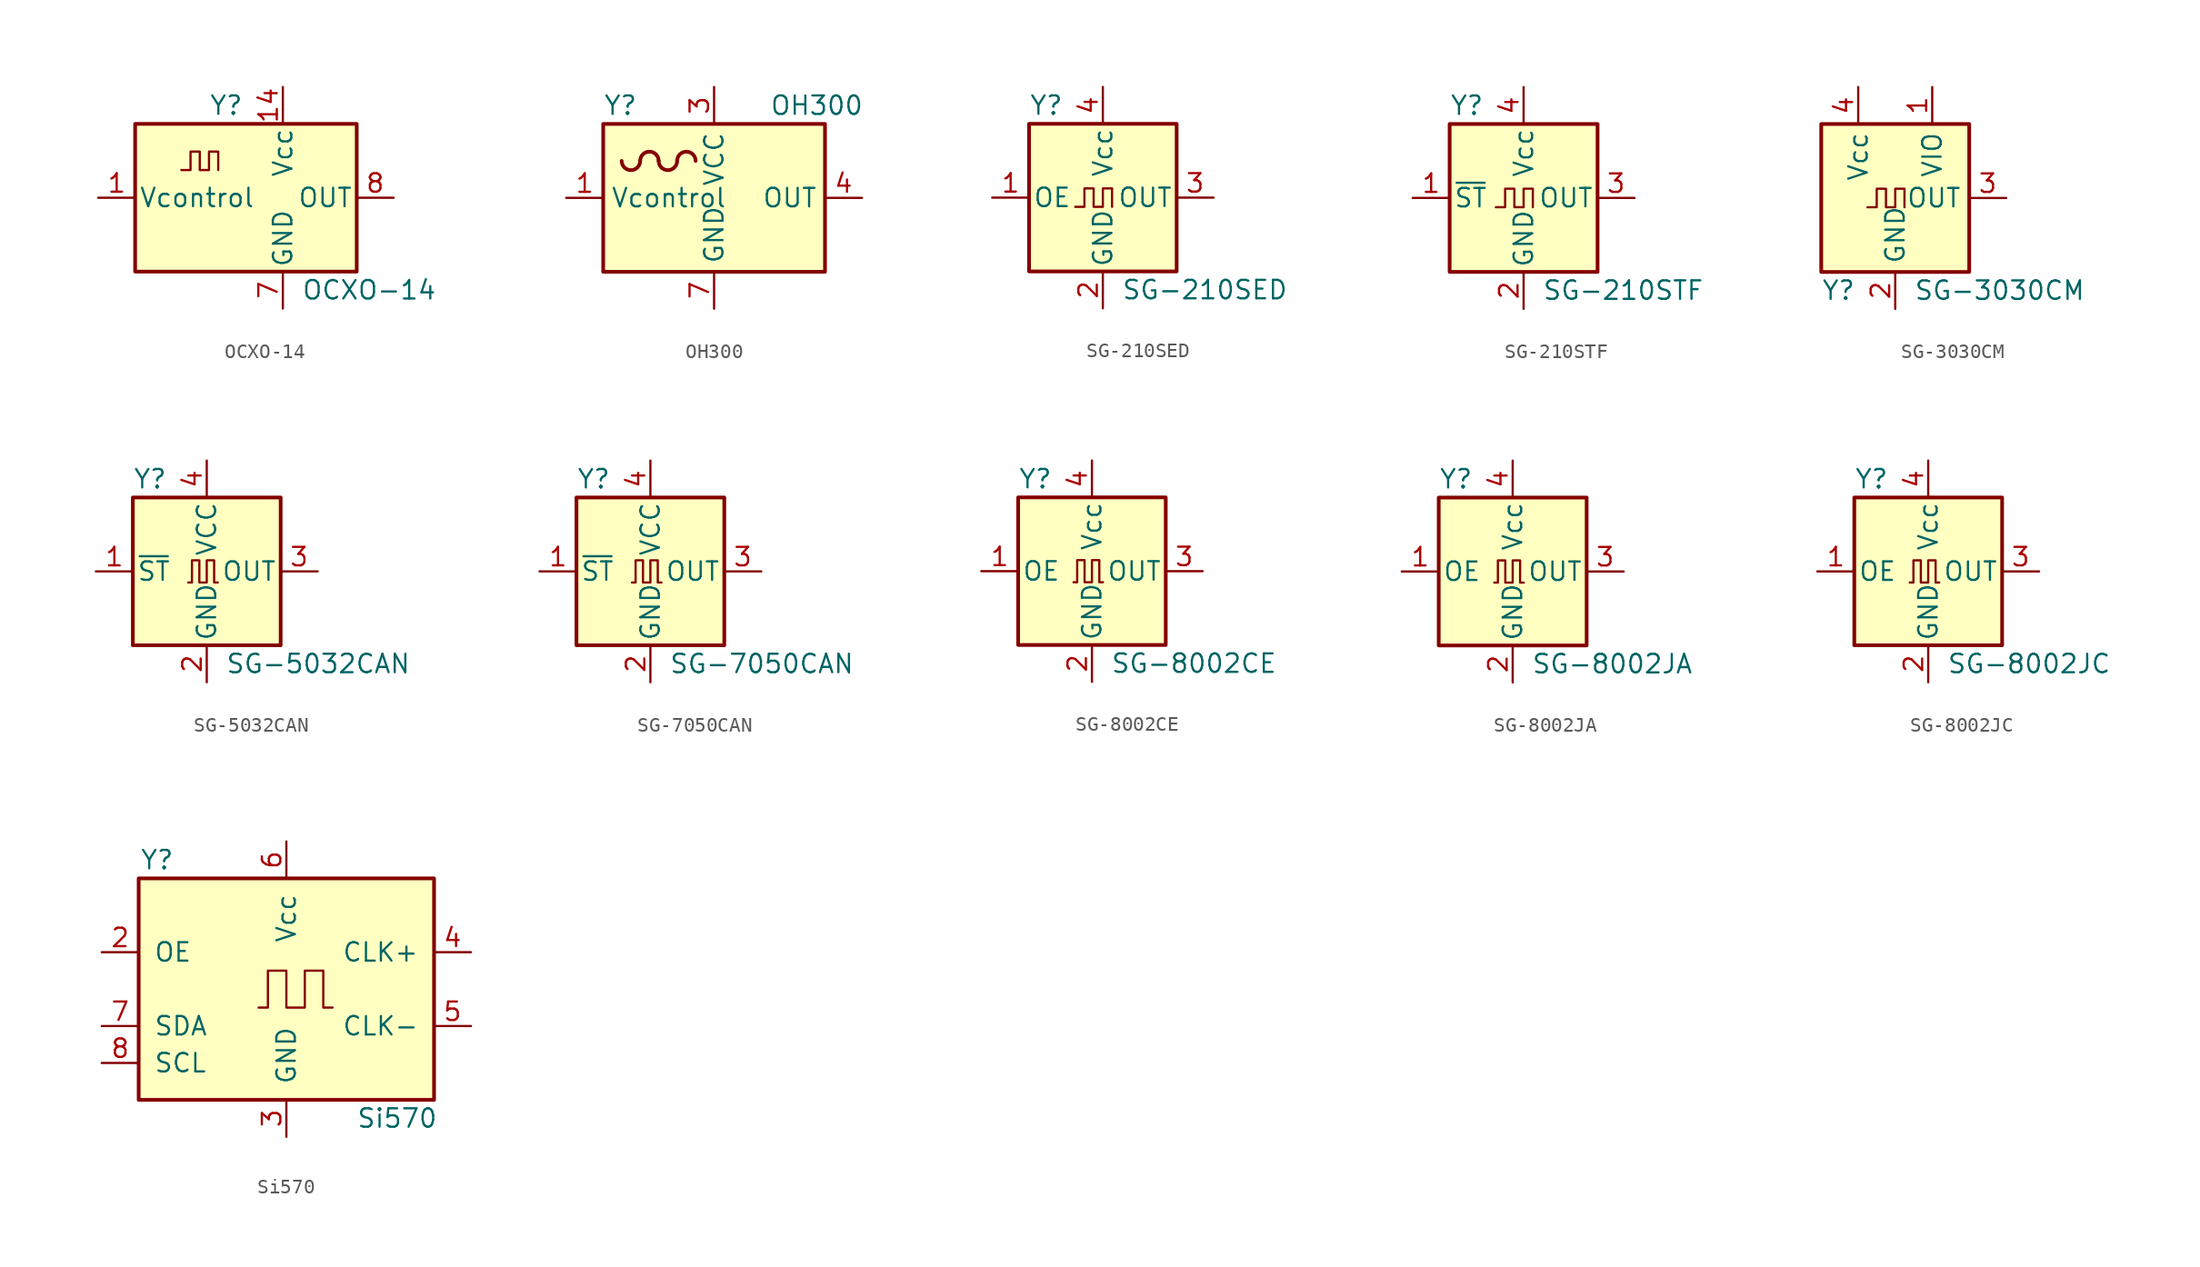
<source format=kicad_sym>
(kicad_symbol_lib
  (version 20241209)
  (generator "kicad_symbol_editor")
  (generator_version "9.0")
  (symbol "OCXO-14"
    (pin_names
      (offset 0.254))
    (property "Reference" "Y"
      (at -5.08 6.35 0)
      (effects (font (size 1.27 1.27)) (justify left)))
    (property "Value" "OCXO-14"
      (at 1.27 -6.35 0)
      (effects (font (size 1.27 1.27)) (justify left)))
    (symbol "OCXO-14_0_1"
      (rectangle (start -10.16 5.08) (end 5.08 -5.08) (stroke (width 0.254) (type default)) (fill (type background)))
      (polyline (pts (xy -6.985 1.905) (xy -6.35 1.905) (xy -6.35 3.175) (xy -5.715 3.175) (xy -5.715 1.905) (xy -5.08 1.905) (xy -5.08 3.175) (xy -4.445 3.175) (xy -4.445 1.905)) (stroke (width 0) (type default)) (fill (type none))))
    (symbol "OCXO-14_1_1"
      (pin input line (at -12.7 0 0) (length 2.54) (name "Vcontrol" (effects (font (size 1.27 1.27)))) (number "1" (effects (font (size 1.27 1.27)))))
      (pin power_in line (at 0 7.62 270) (length 2.54) (name "Vcc" (effects (font (size 1.27 1.27)))) (number "14" (effects (font (size 1.27 1.27)))))
      (pin power_in line (at 0 -7.62 90) (length 2.54) (name "GND" (effects (font (size 1.27 1.27)))) (number "7" (effects (font (size 1.27 1.27)))))
      (pin output line (at 7.62 0 180) (length 2.54) (name "OUT" (effects (font (size 1.27 1.27)))) (number "8" (effects (font (size 1.27 1.27)))))))
  (symbol "OH300"
    (property "Reference" "Y"
      (at -7.62 6.35 0)
      (effects (font (size 1.27 1.27)) (justify left)))
    (property "Value" "OH300"
      (at 3.81 6.35 0)
      (effects (font (size 1.27 1.27)) (justify left)))
    (symbol "OH300_0_1"
      (rectangle (start -7.62 5.08) (end 7.62 -5.08) (stroke (width 0.254) (type default)) (fill (type background)))
      (arc (start -5.08 2.54) (mid -5.715 1.9077) (end -6.35 2.54) (stroke (width 0.254) (type default)) (fill (type none)))
      (arc (start -5.08 2.54) (mid -4.445 3.1723) (end -3.81 2.54) (stroke (width 0.254) (type default)) (fill (type none)))
      (arc (start -2.54 2.54) (mid -3.175 1.9077) (end -3.81 2.54) (stroke (width 0.254) (type default)) (fill (type none)))
      (arc (start -2.54 2.54) (mid -1.905 3.1723) (end -1.27 2.54) (stroke (width 0.254) (type default)) (fill (type none))))
    (symbol "OH300_1_1"
      (pin input line (at -10.16 0 0) (length 2.54) (name "Vcontrol" (effects (font (size 1.27 1.27)))) (number "1" (effects (font (size 1.27 1.27)))))
      (pin no_connect line (at -5.08 -5.08 90) (length 2.54) (hide yes) (name "NC" (effects (font (size 1.27 1.27)))) (number "6" (effects (font (size 1.27 1.27)))))
      (pin no_connect line (at -2.54 -5.08 90) (length 2.54) (hide yes) (name "NC" (effects (font (size 1.27 1.27)))) (number "5" (effects (font (size 1.27 1.27)))))
      (pin power_in line (at 0 7.62 270) (length 2.54) (name "VCC" (effects (font (size 1.27 1.27)))) (number "3" (effects (font (size 1.27 1.27)))))
      (pin power_in line (at 0 -7.62 90) (length 2.54) (name "GND" (effects (font (size 1.27 1.27)))) (number "7" (effects (font (size 1.27 1.27)))))
      (pin no_connect line (at 2.54 -5.08 90) (length 2.54) (hide yes) (name "NC" (effects (font (size 1.27 1.27)))) (number "2" (effects (font (size 1.27 1.27)))))
      (pin output line (at 10.16 0 180) (length 2.54) (name "OUT" (effects (font (size 1.27 1.27)))) (number "4" (effects (font (size 1.27 1.27)))))))
  (symbol "SG-210SED"
    (pin_names
      (offset 0.254))
    (property "Reference" "Y"
      (at -5.08 6.35 0)
      (effects (font (size 1.27 1.27)) (justify left)))
    (property "Value" "SG-210SED"
      (at 1.27 -6.35 0)
      (effects (font (size 1.27 1.27)) (justify left)))
    (symbol "SG-210SED_0_1"
      (rectangle (start -5.08 5.08) (end 5.08 -5.08) (stroke (width 0.254) (type default)) (fill (type background)))
      (polyline (pts (xy -1.905 -0.635) (xy -1.27 -0.635) (xy -1.27 0.635) (xy -0.635 0.635) (xy -0.635 -0.635) (xy 0 -0.635) (xy 0 0.635) (xy 0.635 0.635) (xy 0.635 -0.635)) (stroke (width 0) (type default)) (fill (type none))))
    (symbol "SG-210SED_1_1"
      (pin input line (at -7.62 0 0) (length 2.54) (name "OE" (effects (font (size 1.27 1.27)))) (number "1" (effects (font (size 1.27 1.27)))))
      (pin power_in line (at 0 7.62 270) (length 2.54) (name "Vcc" (effects (font (size 1.27 1.27)))) (number "4" (effects (font (size 1.27 1.27)))))
      (pin power_in line (at 0 -7.62 90) (length 2.54) (name "GND" (effects (font (size 1.27 1.27)))) (number "2" (effects (font (size 1.27 1.27)))))
      (pin output line (at 7.62 0 180) (length 2.54) (name "OUT" (effects (font (size 1.27 1.27)))) (number "3" (effects (font (size 1.27 1.27)))))))
  (symbol "SG-210STF"
    (pin_names
      (offset 0.254))
    (property "Reference" "Y"
      (at -5.08 6.35 0)
      (effects (font (size 1.27 1.27)) (justify left)))
    (property "Value" "SG-210STF"
      (at 1.27 -6.35 0)
      (effects (font (size 1.27 1.27)) (justify left)))
    (symbol "SG-210STF_0_1"
      (rectangle (start -5.08 5.08) (end 5.08 -5.08) (stroke (width 0.254) (type default)) (fill (type background)))
      (polyline (pts (xy -1.905 -0.635) (xy -1.27 -0.635) (xy -1.27 0.635) (xy -0.635 0.635) (xy -0.635 -0.635) (xy 0 -0.635) (xy 0 0.635) (xy 0.635 0.635) (xy 0.635 -0.635)) (stroke (width 0) (type default)) (fill (type none))))
    (symbol "SG-210STF_1_1"
      (pin input line (at -7.62 0 0) (length 2.54) (name "~{ST}" (effects (font (size 1.27 1.27)))) (number "1" (effects (font (size 1.27 1.27)))))
      (pin power_in line (at 0 7.62 270) (length 2.54) (name "Vcc" (effects (font (size 1.27 1.27)))) (number "4" (effects (font (size 1.27 1.27)))))
      (pin power_in line (at 0 -7.62 90) (length 2.54) (name "GND" (effects (font (size 1.27 1.27)))) (number "2" (effects (font (size 1.27 1.27)))))
      (pin output line (at 7.62 0 180) (length 2.54) (name "OUT" (effects (font (size 1.27 1.27)))) (number "3" (effects (font (size 1.27 1.27)))))))
  (symbol "SG-3030CM"
    (property "Reference" "Y"
      (at -5.08 -6.35 0)
      (effects (font (size 1.27 1.27)) (justify left)))
    (property "Value" "SG-3030CM"
      (at 1.27 -6.35 0)
      (effects (font (size 1.27 1.27)) (justify left)))
    (symbol "SG-3030CM_0_1"
      (rectangle (start -5.08 5.08) (end 5.08 -5.08) (stroke (width 0.254) (type default)) (fill (type background)))
      (polyline (pts (xy -1.905 -0.635) (xy -1.27 -0.635) (xy -1.27 0.635) (xy -0.635 0.635) (xy -0.635 -0.635) (xy 0 -0.635) (xy 0 0.635) (xy 0.635 0.635) (xy 0.635 -0.635)) (stroke (width 0) (type default)) (fill (type none))))
    (symbol "SG-3030CM_1_1"
      (pin power_in line (at -2.54 7.62 270) (length 2.54) (name "Vcc" (effects (font (size 1.27 1.27)))) (number "4" (effects (font (size 1.27 1.27)))))
      (pin power_in line (at 0 -7.62 90) (length 2.54) (name "GND" (effects (font (size 1.27 1.27)))) (number "2" (effects (font (size 1.27 1.27)))))
      (pin power_in line (at 2.54 7.62 270) (length 2.54) (name "VIO" (effects (font (size 1.27 1.27)))) (number "1" (effects (font (size 1.27 1.27)))))
      (pin output line (at 7.62 0 180) (length 2.54) (name "OUT" (effects (font (size 1.27 1.27)))) (number "3" (effects (font (size 1.27 1.27)))))))
  (symbol "SG-5032CAN"
    (pin_names
      (offset 0.254))
    (property "Reference" "Y"
      (at -5.08 6.35 0)
      (effects (font (size 1.27 1.27)) (justify left)))
    (property "Value" "SG-5032CAN"
      (at 1.27 -6.35 0)
      (effects (font (size 1.27 1.27)) (justify left)))
    (symbol "SG-5032CAN_0_1"
      (rectangle (start -5.08 5.08) (end 5.08 -5.08) (stroke (width 0.254) (type default)) (fill (type background)))
      (polyline (pts (xy -1.27 -0.762) (xy -1.016 -0.762) (xy -1.016 0.762) (xy -0.508 0.762) (xy -0.508 -0.762) (xy 0 -0.762) (xy 0 0.762) (xy 0.508 0.762) (xy 0.508 -0.762) (xy 0.762 -0.762)) (stroke (width 0) (type default)) (fill (type none))))
    (symbol "SG-5032CAN_1_1"
      (pin input line (at -7.62 0 0) (length 2.54) (name "~{ST}" (effects (font (size 1.27 1.27)))) (number "1" (effects (font (size 1.27 1.27)))))
      (pin power_in line (at 0 7.62 270) (length 2.54) (name "VCC" (effects (font (size 1.27 1.27)))) (number "4" (effects (font (size 1.27 1.27)))))
      (pin power_in line (at 0 -7.62 90) (length 2.54) (name "GND" (effects (font (size 1.27 1.27)))) (number "2" (effects (font (size 1.27 1.27)))))
      (pin output line (at 7.62 0 180) (length 2.54) (name "OUT" (effects (font (size 1.27 1.27)))) (number "3" (effects (font (size 1.27 1.27)))))))
  (symbol "SG-7050CAN"
    (pin_names
      (offset 0.254))
    (property "Reference" "Y"
      (at -5.08 6.35 0)
      (effects (font (size 1.27 1.27)) (justify left)))
    (property "Value" "SG-7050CAN"
      (at 1.27 -6.35 0)
      (effects (font (size 1.27 1.27)) (justify left)))
    (symbol "SG-7050CAN_0_1"
      (rectangle (start -5.08 5.08) (end 5.08 -5.08) (stroke (width 0.254) (type default)) (fill (type background)))
      (polyline (pts (xy -1.27 -0.762) (xy -1.016 -0.762) (xy -1.016 0.762) (xy -0.508 0.762) (xy -0.508 -0.762) (xy 0 -0.762) (xy 0 0.762) (xy 0.508 0.762) (xy 0.508 -0.762) (xy 0.762 -0.762)) (stroke (width 0) (type default)) (fill (type none))))
    (symbol "SG-7050CAN_1_1"
      (pin input line (at -7.62 0 0) (length 2.54) (name "~{ST}" (effects (font (size 1.27 1.27)))) (number "1" (effects (font (size 1.27 1.27)))))
      (pin power_in line (at 0 7.62 270) (length 2.54) (name "VCC" (effects (font (size 1.27 1.27)))) (number "4" (effects (font (size 1.27 1.27)))))
      (pin power_in line (at 0 -7.62 90) (length 2.54) (name "GND" (effects (font (size 1.27 1.27)))) (number "2" (effects (font (size 1.27 1.27)))))
      (pin output line (at 7.62 0 180) (length 2.54) (name "OUT" (effects (font (size 1.27 1.27)))) (number "3" (effects (font (size 1.27 1.27)))))))
  (symbol "SG-8002CE"
    (pin_names
      (offset 0.254))
    (property "Reference" "Y"
      (at -5.08 6.35 0)
      (effects (font (size 1.27 1.27)) (justify left)))
    (property "Value" "SG-8002CE"
      (at 1.27 -6.35 0)
      (effects (font (size 1.27 1.27)) (justify left)))
    (symbol "SG-8002CE_0_1"
      (rectangle (start -5.08 5.08) (end 5.08 -5.08) (stroke (width 0.254) (type default)) (fill (type background)))
      (polyline (pts (xy -1.27 -0.762) (xy -1.016 -0.762) (xy -1.016 0.762) (xy -0.508 0.762) (xy -0.508 -0.762) (xy 0 -0.762) (xy 0 0.762) (xy 0.508 0.762) (xy 0.508 -0.762) (xy 0.762 -0.762)) (stroke (width 0) (type default)) (fill (type none))))
    (symbol "SG-8002CE_1_1"
      (pin input line (at -7.62 0 0) (length 2.54) (name "OE" (effects (font (size 1.27 1.27)))) (number "1" (effects (font (size 1.27 1.27)))))
      (pin power_in line (at 0 7.62 270) (length 2.54) (name "Vcc" (effects (font (size 1.27 1.27)))) (number "4" (effects (font (size 1.27 1.27)))))
      (pin power_in line (at 0 -7.62 90) (length 2.54) (name "GND" (effects (font (size 1.27 1.27)))) (number "2" (effects (font (size 1.27 1.27)))))
      (pin output line (at 7.62 0 180) (length 2.54) (name "OUT" (effects (font (size 1.27 1.27)))) (number "3" (effects (font (size 1.27 1.27)))))))
  (symbol "SG-8002JA"
    (pin_names
      (offset 0.254))
    (property "Reference" "Y"
      (at -5.08 6.35 0)
      (effects (font (size 1.27 1.27)) (justify left)))
    (property "Value" "SG-8002JA"
      (at 1.27 -6.35 0)
      (effects (font (size 1.27 1.27)) (justify left)))
    (symbol "SG-8002JA_0_1"
      (rectangle (start -5.08 5.08) (end 5.08 -5.08) (stroke (width 0.254) (type default)) (fill (type background)))
      (polyline (pts (xy -1.27 -0.762) (xy -1.016 -0.762) (xy -1.016 0.762) (xy -0.508 0.762) (xy -0.508 -0.762) (xy 0 -0.762) (xy 0 0.762) (xy 0.508 0.762) (xy 0.508 -0.762) (xy 0.762 -0.762)) (stroke (width 0) (type default)) (fill (type none))))
    (symbol "SG-8002JA_1_1"
      (pin input line (at -7.62 0 0) (length 2.54) (name "OE" (effects (font (size 1.27 1.27)))) (number "1" (effects (font (size 1.27 1.27)))))
      (pin power_in line (at 0 7.62 270) (length 2.54) (name "Vcc" (effects (font (size 1.27 1.27)))) (number "4" (effects (font (size 1.27 1.27)))))
      (pin power_in line (at 0 -7.62 90) (length 2.54) (name "GND" (effects (font (size 1.27 1.27)))) (number "2" (effects (font (size 1.27 1.27)))))
      (pin output line (at 7.62 0 180) (length 2.54) (name "OUT" (effects (font (size 1.27 1.27)))) (number "3" (effects (font (size 1.27 1.27)))))))
  (symbol "SG-8002JC"
    (pin_names
      (offset 0.254))
    (property "Reference" "Y"
      (at -5.08 6.35 0)
      (effects (font (size 1.27 1.27)) (justify left)))
    (property "Value" "SG-8002JC"
      (at 1.27 -6.35 0)
      (effects (font (size 1.27 1.27)) (justify left)))
    (symbol "SG-8002JC_0_1"
      (rectangle (start -5.08 5.08) (end 5.08 -5.08) (stroke (width 0.254) (type default)) (fill (type background)))
      (polyline (pts (xy -1.27 -0.762) (xy -1.016 -0.762) (xy -1.016 0.762) (xy -0.508 0.762) (xy -0.508 -0.762) (xy 0 -0.762) (xy 0 0.762) (xy 0.508 0.762) (xy 0.508 -0.762) (xy 0.762 -0.762)) (stroke (width 0) (type default)) (fill (type none))))
    (symbol "SG-8002JC_1_1"
      (pin input line (at -7.62 0 0) (length 2.54) (name "OE" (effects (font (size 1.27 1.27)))) (number "1" (effects (font (size 1.27 1.27)))))
      (pin power_in line (at 0 7.62 270) (length 2.54) (name "Vcc" (effects (font (size 1.27 1.27)))) (number "4" (effects (font (size 1.27 1.27)))))
      (pin power_in line (at 0 -7.62 90) (length 2.54) (name "GND" (effects (font (size 1.27 1.27)))) (number "2" (effects (font (size 1.27 1.27)))))
      (pin output line (at 7.62 0 180) (length 2.54) (name "OUT" (effects (font (size 1.27 1.27)))) (number "3" (effects (font (size 1.27 1.27)))))))
  (symbol "Si570"
    (pin_names
      (offset 1.016))
    (property "Reference" "Y"
      (at -8.89 8.89 0)
      (effects (font (size 1.27 1.27))))
    (property "Value" "Si570"
      (at 7.62 -8.89 0)
      (effects (font (size 1.27 1.27))))
    (symbol "Si570_0_1"
      (rectangle (start -10.16 7.62) (end 10.16 -7.62) (stroke (width 0.254) (type default)) (fill (type background)))
      (polyline (pts (xy -1.905 -1.27) (xy -1.27 -1.27) (xy -1.27 1.27) (xy 0 1.27) (xy 0 -1.27) (xy 1.27 -1.27) (xy 1.27 1.27) (xy 2.54 1.27) (xy 2.54 -1.27) (xy 3.175 -1.27)) (stroke (width 0) (type default)) (fill (type none))))
    (symbol "Si570_1_1"
      (pin input line (at -12.7 2.54 0) (length 2.54) (name "OE" (effects (font (size 1.27 1.27)))) (number "2" (effects (font (size 1.27 1.27)))))
      (pin bidirectional line (at -12.7 -2.54 0) (length 2.54) (name "SDA" (effects (font (size 1.27 1.27)))) (number "7" (effects (font (size 1.27 1.27)))))
      (pin input line (at -12.7 -5.08 0) (length 2.54) (name "SCL" (effects (font (size 1.27 1.27)))) (number "8" (effects (font (size 1.27 1.27)))))
      (pin no_connect line (at -10.16 5.08 0) (length 2.54) (hide yes) (name "NC" (effects (font (size 1.27 1.27)))) (number "1" (effects (font (size 1.27 1.27)))))
      (pin power_in line (at 0 10.16 270) (length 2.54) (name "Vcc" (effects (font (size 1.27 1.27)))) (number "6" (effects (font (size 1.27 1.27)))))
      (pin power_in line (at 0 -10.16 90) (length 2.54) (name "GND" (effects (font (size 1.27 1.27)))) (number "3" (effects (font (size 1.27 1.27)))))
      (pin output line (at 12.7 2.54 180) (length 2.54) (name "CLK+" (effects (font (size 1.27 1.27)))) (number "4" (effects (font (size 1.27 1.27)))))
      (pin output line (at 12.7 -2.54 180) (length 2.54) (name "CLK-" (effects (font (size 1.27 1.27)))) (number "5" (effects (font (size 1.27 1.27))))))))
</source>
